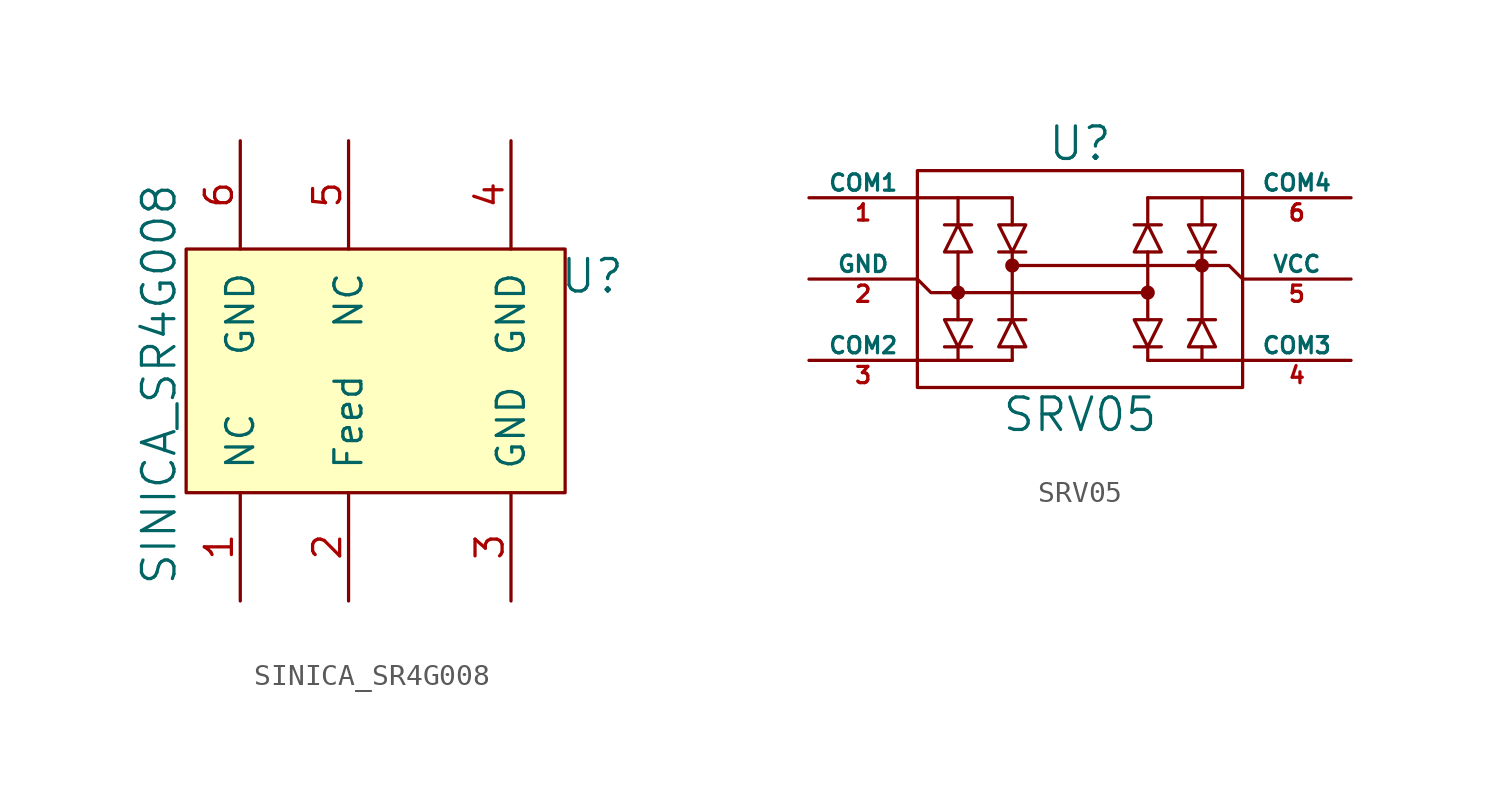
<source format=kicad_sym>
(kicad_symbol_lib
  (version 20211014)
  (generator kicad_symbol_editor)
  (symbol "SINICA_SR4G008"
    (pin_names
      (offset 1.016))
    (property "Reference" "U"
      (at 11.43 8.89 0)
      (effects (font (size 1.524 1.524))))
    (property "Value" "SINICA_SR4G008"
      (at -8.89 3.81 90)
      (effects (font (size 1.524 1.524))))
    (symbol "SINICA_SR4G008_0_1"
      (rectangle (start -7.62 10.16) (end 10.16 -1.27) (stroke (width 0) (type default) (color 0 0 0 0)) (fill (type background))))
    (symbol "SINICA_SR4G008_1_1"
      (pin input line (at -5.08 -6.35 90) (length 5.08) (name "NC" (effects (font (size 1.27 1.27)))) (number "1" (effects (font (size 1.27 1.27)))))
      (pin input line (at 0 -6.35 90) (length 5.08) (name "Feed" (effects (font (size 1.27 1.27)))) (number "2" (effects (font (size 1.27 1.27)))))
      (pin input line (at 7.62 -6.35 90) (length 5.08) (name "GND" (effects (font (size 1.27 1.27)))) (number "3" (effects (font (size 1.27 1.27)))))
      (pin input line (at 7.62 15.24 270) (length 5.08) (name "GND" (effects (font (size 1.27 1.27)))) (number "4" (effects (font (size 1.27 1.27)))))
      (pin input line (at 0 15.24 270) (length 5.08) (name "NC" (effects (font (size 1.27 1.27)))) (number "5" (effects (font (size 1.27 1.27)))))
      (pin input line (at -5.08 15.24 270) (length 5.08) (name "GND" (effects (font (size 1.27 1.27)))) (number "6" (effects (font (size 1.27 1.27)))))))
  (symbol "SRV05"
    (pin_names
      (offset 0))
    (property "Reference" "U"
      (at 0 6.35 0)
      (effects (font (size 1.524 1.524))))
    (property "Value" "SRV05"
      (at 0 -6.35 0)
      (effects (font (size 1.524 1.524))))
    (property "Footprint" ""
      (at 0 0 0)
      (effects (font (size 1.524 1.524))))
    (property "Datasheet" ""
      (at 0 0 0)
      (effects (font (size 1.524 1.524))))
    (symbol "SRV05_0_1"
      (rectangle (start -7.62 5.08) (end 7.62 -5.08) (stroke (width 0) (type default) (color 0 0 0 0)) (fill (type none)))
      (circle (center -5.715 -0.635) (radius 0.254) (stroke (width 0) (type default) (color 0 0 0 0)) (fill (type outline)))
      (circle (center -3.175 0.635) (radius 0.254) (stroke (width 0) (type default) (color 0 0 0 0)) (fill (type outline)))
      (polyline (pts (xy -7.62 -3.81) (xy -3.175 -3.81) (xy -3.175 -3.81)) (stroke (width 0) (type default) (color 0 0 0 0)) (fill (type none)))
      (polyline (pts (xy -7.62 3.81) (xy -3.175 3.81) (xy -3.175 3.81)) (stroke (width 0) (type default) (color 0 0 0 0)) (fill (type none)))
      (polyline (pts (xy -6.35 -3.175) (xy -5.08 -3.175) (xy -5.08 -3.175)) (stroke (width 0) (type default) (color 0 0 0 0)) (fill (type none)))
      (polyline (pts (xy -5.715 -3.175) (xy -5.715 -3.81) (xy -5.715 -3.81)) (stroke (width 0) (type default) (color 0 0 0 0)) (fill (type none)))
      (polyline (pts (xy -5.715 -0.635) (xy -5.715 -1.905) (xy -5.715 -1.905)) (stroke (width 0) (type default) (color 0 0 0 0)) (fill (type none)))
      (polyline (pts (xy -5.715 1.27) (xy -5.715 -0.635) (xy -5.715 -0.635)) (stroke (width 0) (type default) (color 0 0 0 0)) (fill (type none)))
      (polyline (pts (xy -5.715 3.81) (xy -5.715 2.54) (xy -5.715 2.54)) (stroke (width 0) (type default) (color 0 0 0 0)) (fill (type none)))
      (polyline (pts (xy -3.81 1.27) (xy -2.54 1.27) (xy -2.54 1.27)) (stroke (width 0) (type default) (color 0 0 0 0)) (fill (type none)))
      (polyline (pts (xy -3.175 -3.175) (xy -3.175 -3.81) (xy -3.175 -3.81)) (stroke (width 0) (type default) (color 0 0 0 0)) (fill (type none)))
      (polyline (pts (xy -3.175 0.635) (xy -3.175 -1.905) (xy -3.175 -1.905)) (stroke (width 0) (type default) (color 0 0 0 0)) (fill (type none)))
      (polyline (pts (xy -3.175 1.27) (xy -3.175 0.635) (xy -3.175 0.635)) (stroke (width 0) (type default) (color 0 0 0 0)) (fill (type none)))
      (polyline (pts (xy -3.175 3.81) (xy -3.175 2.54) (xy -3.175 2.54)) (stroke (width 0) (type default) (color 0 0 0 0)) (fill (type none)))
      (polyline (pts (xy 2.54 -3.175) (xy 3.81 -3.175) (xy 3.81 -3.175)) (stroke (width 0) (type default) (color 0 0 0 0)) (fill (type none)))
      (polyline (pts (xy 3.175 -3.81) (xy 7.62 -3.81) (xy 7.62 -3.81)) (stroke (width 0) (type default) (color 0 0 0 0)) (fill (type none)))
      (polyline (pts (xy 3.175 -3.175) (xy 3.175 -3.81) (xy 3.175 -3.81)) (stroke (width 0) (type default) (color 0 0 0 0)) (fill (type none)))
      (polyline (pts (xy 3.175 -0.635) (xy 3.175 -1.905) (xy 3.175 -1.905)) (stroke (width 0) (type default) (color 0 0 0 0)) (fill (type none)))
      (polyline (pts (xy 3.175 1.27) (xy 3.175 -0.635) (xy 3.175 -0.635)) (stroke (width 0) (type default) (color 0 0 0 0)) (fill (type none)))
      (polyline (pts (xy 3.175 3.81) (xy 3.175 2.54) (xy 3.175 2.54)) (stroke (width 0) (type default) (color 0 0 0 0)) (fill (type none)))
      (polyline (pts (xy 3.175 3.81) (xy 7.62 3.81) (xy 7.62 3.81)) (stroke (width 0) (type default) (color 0 0 0 0)) (fill (type none)))
      (polyline (pts (xy 5.08 1.27) (xy 6.35 1.27) (xy 6.35 1.27)) (stroke (width 0) (type default) (color 0 0 0 0)) (fill (type none)))
      (polyline (pts (xy 5.715 -3.175) (xy 5.715 -3.81) (xy 5.715 -3.81)) (stroke (width 0) (type default) (color 0 0 0 0)) (fill (type none)))
      (polyline (pts (xy 5.715 0.635) (xy 5.715 -1.905) (xy 5.715 -1.905)) (stroke (width 0) (type default) (color 0 0 0 0)) (fill (type none)))
      (polyline (pts (xy 5.715 1.27) (xy 5.715 0.635) (xy 5.715 0.635)) (stroke (width 0) (type default) (color 0 0 0 0)) (fill (type none)))
      (polyline (pts (xy 5.715 3.81) (xy 5.715 2.54) (xy 5.715 2.54)) (stroke (width 0) (type default) (color 0 0 0 0)) (fill (type none)))
      (polyline (pts (xy -7.62 0) (xy -6.985 -0.635) (xy 3.175 -0.635) (xy 3.175 -0.635)) (stroke (width 0) (type default) (color 0 0 0 0)) (fill (type none)))
      (polyline (pts (xy -6.35 2.54) (xy -5.08 2.54) (xy -5.08 2.54) (xy -5.08 2.54)) (stroke (width 0) (type default) (color 0 0 0 0)) (fill (type none)))
      (polyline (pts (xy -3.81 -1.905) (xy -2.54 -1.905) (xy -2.54 -1.905) (xy -2.54 -1.905)) (stroke (width 0) (type default) (color 0 0 0 0)) (fill (type none)))
      (polyline (pts (xy 2.54 2.54) (xy 3.81 2.54) (xy 3.81 2.54) (xy 3.81 2.54)) (stroke (width 0) (type default) (color 0 0 0 0)) (fill (type none)))
      (polyline (pts (xy 5.08 -1.905) (xy 6.35 -1.905) (xy 6.35 -1.905) (xy 6.35 -1.905)) (stroke (width 0) (type default) (color 0 0 0 0)) (fill (type none)))
      (polyline (pts (xy 7.62 0) (xy 6.985 0.635) (xy -3.175 0.635) (xy -3.175 0.635)) (stroke (width 0) (type default) (color 0 0 0 0)) (fill (type none)))
      (polyline (pts (xy -6.35 -1.905) (xy -5.08 -1.905) (xy -5.715 -3.175) (xy -6.35 -1.905) (xy -6.35 -1.905)) (stroke (width 0) (type default) (color 0 0 0 0)) (fill (type none)))
      (polyline (pts (xy -5.715 2.54) (xy -6.35 1.27) (xy -5.08 1.27) (xy -5.715 2.54) (xy -5.715 2.54)) (stroke (width 0) (type default) (color 0 0 0 0)) (fill (type none)))
      (polyline (pts (xy -3.81 2.54) (xy -2.54 2.54) (xy -3.175 1.27) (xy -3.81 2.54) (xy -3.81 2.54)) (stroke (width 0) (type default) (color 0 0 0 0)) (fill (type none)))
      (polyline (pts (xy -3.175 -1.905) (xy -3.81 -3.175) (xy -2.54 -3.175) (xy -3.175 -1.905) (xy -3.175 -1.905)) (stroke (width 0) (type default) (color 0 0 0 0)) (fill (type none)))
      (polyline (pts (xy 2.54 -1.905) (xy 3.81 -1.905) (xy 3.175 -3.175) (xy 2.54 -1.905) (xy 2.54 -1.905)) (stroke (width 0) (type default) (color 0 0 0 0)) (fill (type none)))
      (polyline (pts (xy 3.175 2.54) (xy 2.54 1.27) (xy 3.81 1.27) (xy 3.175 2.54) (xy 3.175 2.54)) (stroke (width 0) (type default) (color 0 0 0 0)) (fill (type none)))
      (polyline (pts (xy 5.08 2.54) (xy 6.35 2.54) (xy 5.715 1.27) (xy 5.08 2.54) (xy 5.08 2.54)) (stroke (width 0) (type default) (color 0 0 0 0)) (fill (type none)))
      (polyline (pts (xy 5.715 -1.905) (xy 5.08 -3.175) (xy 6.35 -3.175) (xy 5.715 -1.905) (xy 5.715 -1.905)) (stroke (width 0) (type default) (color 0 0 0 0)) (fill (type none)))
      (circle (center 3.175 -0.635) (radius 0.254) (stroke (width 0) (type default) (color 0 0 0 0)) (fill (type outline)))
      (circle (center 5.715 0.635) (radius 0.254) (stroke (width 0) (type default) (color 0 0 0 0)) (fill (type outline))))
    (symbol "SRV05_1_1"
      (pin input line (at -12.7 3.81 0) (length 5.08) (name "COM1" (effects (font (size 0.762 0.762)))) (number "1" (effects (font (size 0.762 0.762)))))
      (pin input line (at -12.7 0 0) (length 5.08) (name "GND" (effects (font (size 0.762 0.762)))) (number "2" (effects (font (size 0.762 0.762)))))
      (pin input line (at -12.7 -3.81 0) (length 5.08) (name "COM2" (effects (font (size 0.762 0.762)))) (number "3" (effects (font (size 0.762 0.762)))))
      (pin input line (at 12.7 -3.81 180) (length 5.08) (name "COM3" (effects (font (size 0.762 0.762)))) (number "4" (effects (font (size 0.762 0.762)))))
      (pin input line (at 12.7 0 180) (length 5.08) (name "VCC" (effects (font (size 0.762 0.762)))) (number "5" (effects (font (size 0.762 0.762)))))
      (pin input line (at 12.7 3.81 180) (length 5.08) (name "COM4" (effects (font (size 0.762 0.762)))) (number "6" (effects (font (size 0.762 0.762))))))))
</source>
